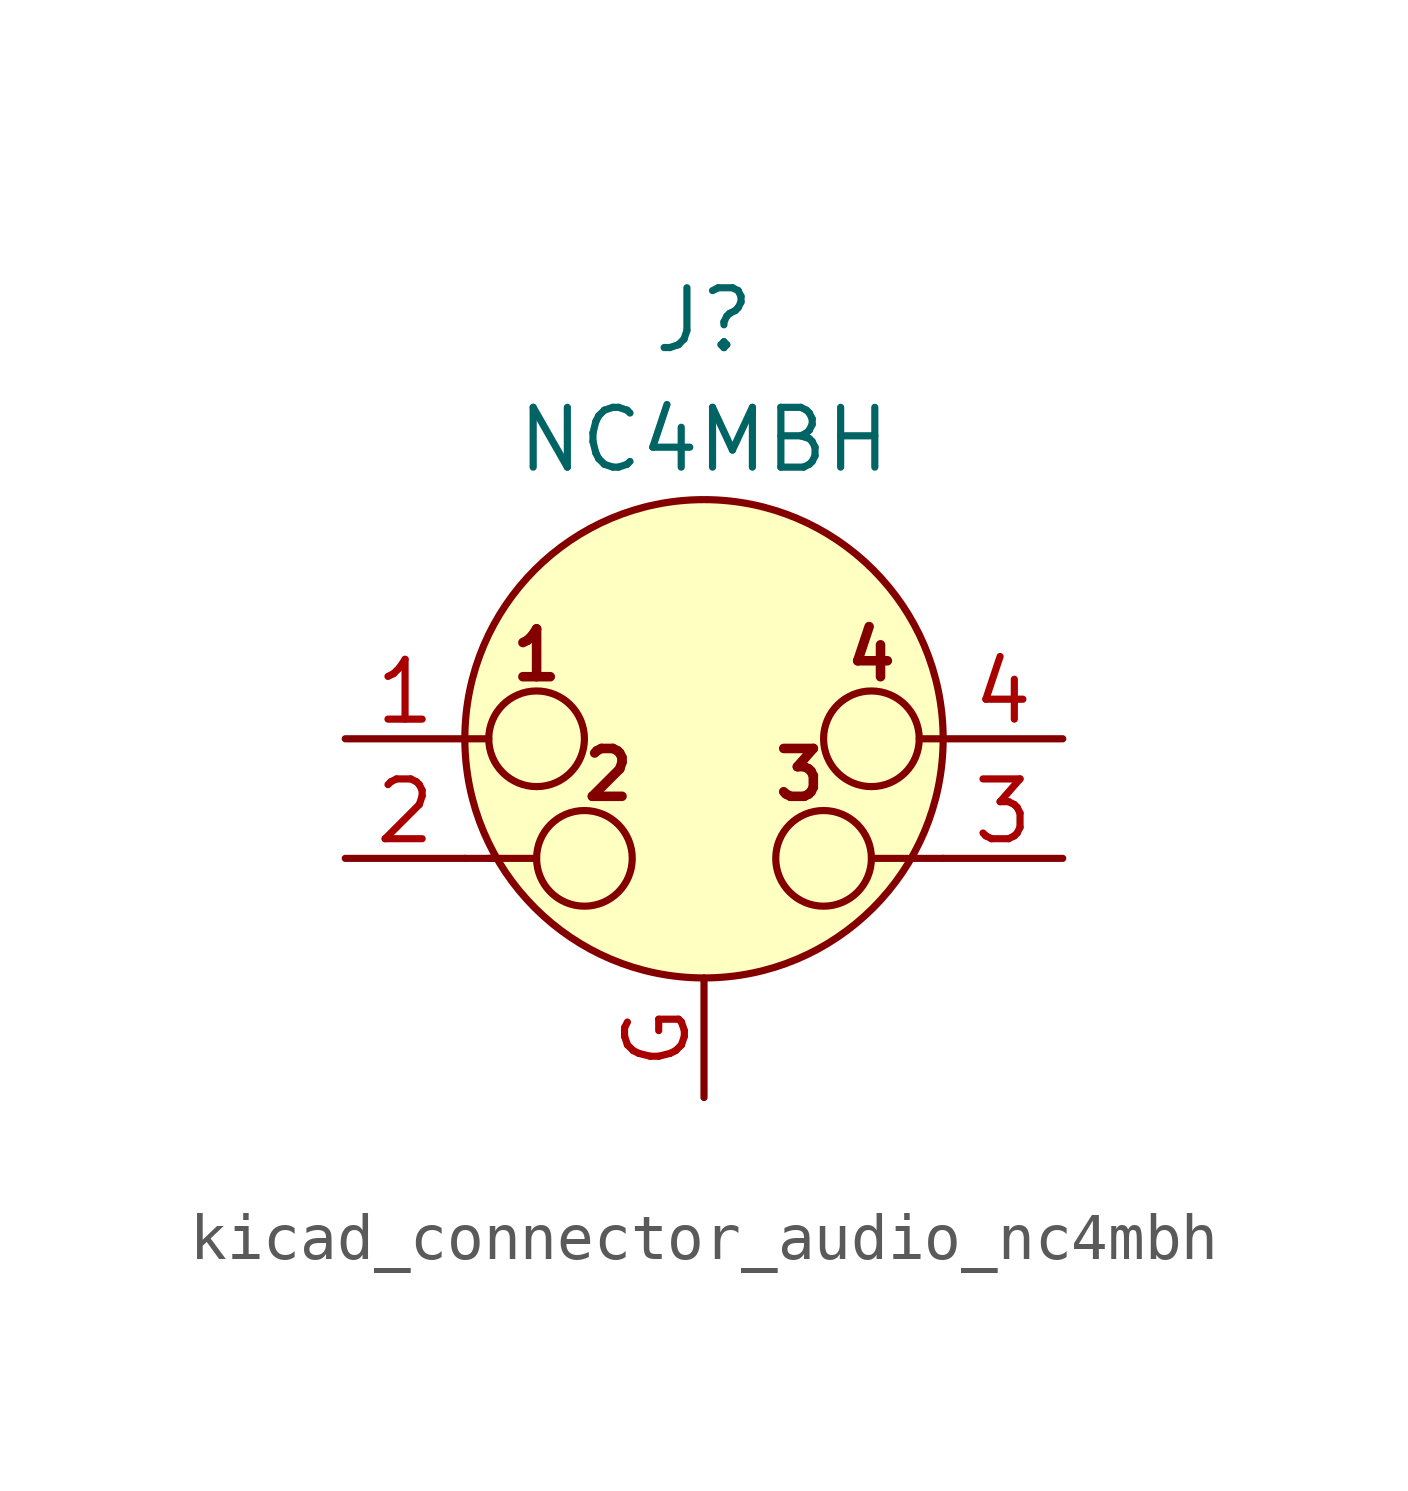
<source format=kicad_sym>
(kicad_symbol_lib
  (version 20220914)
  (generator kicad_symbol_editor)
  (symbol "kicad_connector_audio_nc4mbh"
    (pin_names hide)
    (property "Reference" "J"
      (at 0 8.89 0)
      (effects (font (size 1.27 1.27))))
    (property "Value" "NC4MBH"
      (at 0 6.35 0)
      (effects (font (size 1.27 1.27))))
    (symbol "kicad_connector_audio_nc4mbh_0_1"
      (circle (center -3.556 0) (radius 1.016) (stroke (width 0) (type default)) (fill (type none)))
      (circle (center -2.54 -2.54) (radius 1.016) (stroke (width 0) (type default)) (fill (type none)))
      (polyline (pts (xy -5.08 -2.54) (xy -4.445 -2.54)) (stroke (width 0) (type default)) (fill (type none)))
      (polyline (pts (xy -5.08 0) (xy -4.572 0)) (stroke (width 0) (type default)) (fill (type none)))
      (polyline (pts (xy -4.572 -2.54) (xy -3.556 -2.54)) (stroke (width 0) (type default)) (fill (type none)))
      (polyline (pts (xy 4.318 -2.54) (xy 3.556 -2.54)) (stroke (width 0) (type default)) (fill (type none)))
      (polyline (pts (xy 5.08 -2.54) (xy 4.445 -2.54)) (stroke (width 0) (type default)) (fill (type none)))
      (polyline (pts (xy 5.08 0) (xy 4.572 0)) (stroke (width 0) (type default)) (fill (type none)))
      (circle (center 0 0) (radius 5.08) (stroke (width 0) (type default)) (fill (type background)))
      (circle (center 2.54 -2.54) (radius 1.016) (stroke (width 0) (type default)) (fill (type none)))
      (circle (center 3.556 0) (radius 1.016) (stroke (width 0) (type default)) (fill (type none)))
      (text "1" (at -3.556 1.778 0) (effects (font (size 1.016 1.016) bold)))
      (text "2" (at -2.032 -0.762 0) (effects (font (size 1.016 1.016) bold)))
      (text "3" (at 2.032 -0.762 0) (effects (font (size 1.016 1.016) bold)))
      (text "4" (at 3.556 1.778 0) (effects (font (size 1.016 1.016) bold))))
    (symbol "kicad_connector_audio_nc4mbh_1_1"
      (pin passive line (at -7.62 0 0) (length 2.54) (name "~" (effects (font (size 1.27 1.27)))) (number "1" (effects (font (size 1.27 1.27)))))
      (pin passive line (at -7.62 -2.54 0) (length 2.54) (name "~" (effects (font (size 1.27 1.27)))) (number "2" (effects (font (size 1.27 1.27)))))
      (pin passive line (at 7.62 -2.54 180) (length 2.54) (name "~" (effects (font (size 1.27 1.27)))) (number "3" (effects (font (size 1.27 1.27)))))
      (pin passive line (at 7.62 0 180) (length 2.54) (name "~" (effects (font (size 1.27 1.27)))) (number "4" (effects (font (size 1.27 1.27)))))
      (pin passive line (at 0 -7.62 90) (length 2.54) (name "~" (effects (font (size 1.27 1.27)))) (number "G" (effects (font (size 1.27 1.27))))))))
</source>
